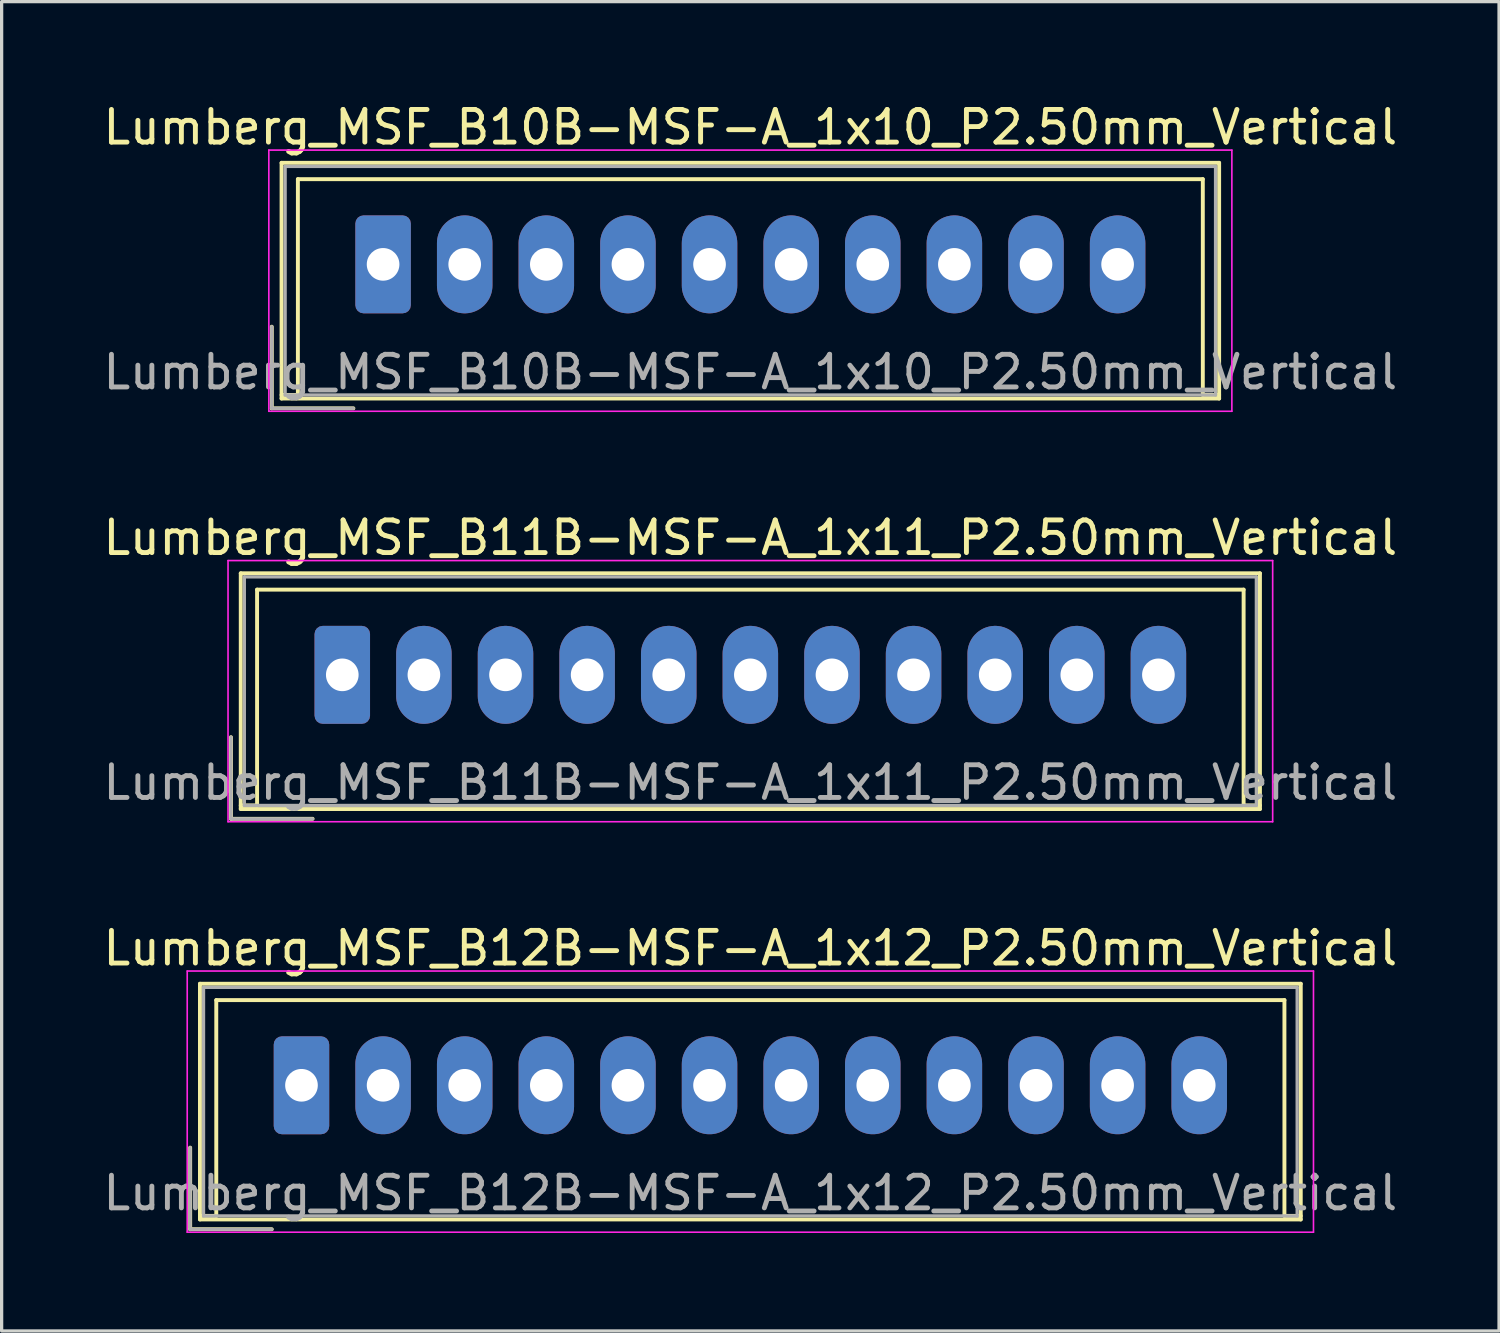
<source format=kicad_pcb>
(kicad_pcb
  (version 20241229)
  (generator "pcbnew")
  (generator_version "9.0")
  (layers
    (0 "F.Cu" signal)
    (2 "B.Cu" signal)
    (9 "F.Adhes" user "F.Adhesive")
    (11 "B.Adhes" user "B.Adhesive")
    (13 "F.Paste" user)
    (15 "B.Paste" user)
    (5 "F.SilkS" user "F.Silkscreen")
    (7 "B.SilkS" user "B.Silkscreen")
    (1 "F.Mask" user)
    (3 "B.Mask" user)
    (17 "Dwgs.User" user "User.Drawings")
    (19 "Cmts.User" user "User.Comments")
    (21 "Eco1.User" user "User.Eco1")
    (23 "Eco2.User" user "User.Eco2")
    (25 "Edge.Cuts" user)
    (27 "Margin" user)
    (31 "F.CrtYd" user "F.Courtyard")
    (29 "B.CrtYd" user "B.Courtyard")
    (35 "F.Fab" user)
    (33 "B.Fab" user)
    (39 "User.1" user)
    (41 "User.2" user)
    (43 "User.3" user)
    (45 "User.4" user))
  (footprint "Lumberg_MSF_B10B-MSF-A_1x10_P2.50mm_Vertical"
    (layer "F.Cu")
    (at 8.685 5.048)
    (property "Reference" "Lumberg_MSF_B10B-MSF-A_1x10_P2.50mm_Vertical" (at 11.25 -4.2 0) (layer "F.SilkS") (effects (font (size 1 1) (thickness 0.15))))
    (attr through_hole)
    (fp_line (start -3.41 1.91) (end -3.41 4.41) (stroke (width 0.12) (type solid)) (layer "F.SilkS"))
    (fp_line (start -3.41 4.41) (end -0.91 4.41) (stroke (width 0.12) (type solid)) (layer "F.SilkS"))
    (fp_line (start -3.11 -3.11) (end -3.11 4.11) (stroke (width 0.12) (type solid)) (layer "F.SilkS"))
    (fp_line (start -3.11 4) (end -2.61 4) (stroke (width 0.12) (type solid)) (layer "F.SilkS"))
    (fp_line (start -3.11 4.11) (end 25.61 4.11) (stroke (width 0.12) (type solid)) (layer "F.SilkS"))
    (fp_line (start -2.61 -2.61) (end 25.11 -2.61) (stroke (width 0.12) (type solid)) (layer "F.SilkS"))
    (fp_line (start -2.61 4) (end -2.61 -2.61) (stroke (width 0.12) (type solid)) (layer "F.SilkS"))
    (fp_line (start 25.11 -2.61) (end 25.11 4) (stroke (width 0.12) (type solid)) (layer "F.SilkS"))
    (fp_line (start 25.11 4) (end 25.61 4) (stroke (width 0.12) (type solid)) (layer "F.SilkS"))
    (fp_line (start 25.61 -3.11) (end -3.11 -3.11) (stroke (width 0.12) (type solid)) (layer "F.SilkS"))
    (fp_line (start 25.61 4.11) (end 25.61 -3.11) (stroke (width 0.12) (type solid)) (layer "F.SilkS"))
    (fp_line (start -3.5 -3.5) (end -3.5 4.5) (stroke (width 0.05) (type solid)) (layer "F.CrtYd"))
    (fp_line (start -3.5 4.5) (end 26 4.5) (stroke (width 0.05) (type solid)) (layer "F.CrtYd"))
    (fp_line (start 26 -3.5) (end -3.5 -3.5) (stroke (width 0.05) (type solid)) (layer "F.CrtYd"))
    (fp_line (start 26 4.5) (end 26 -3.5) (stroke (width 0.05) (type solid)) (layer "F.CrtYd"))
    (fp_line (start -3.41 1.91) (end -3.41 4.41) (stroke (width 0.1) (type solid)) (layer "F.Fab"))
    (fp_line (start -3.41 4.41) (end -0.91 4.41) (stroke (width 0.1) (type solid)) (layer "F.Fab"))
    (fp_line (start -3 -3) (end -3 4) (stroke (width 0.1) (type solid)) (layer "F.Fab"))
    (fp_line (start -3 4) (end 25.5 4) (stroke (width 0.1) (type solid)) (layer "F.Fab"))
    (fp_line (start 25.5 -3) (end -3 -3) (stroke (width 0.1) (type solid)) (layer "F.Fab"))
    (fp_line (start 25.5 4) (end 25.5 -3) (stroke (width 0.1) (type solid)) (layer "F.Fab"))
    (fp_text user "${REFERENCE}" (at 11.25 3.3 0) (layer "F.Fab") (effects (font (size 1 1) (thickness 0.15))))
    (pad "1" thru_hole roundrect (at 0 0) (size 1.7 3) (drill 1) (layers "*.Cu" "*.Mask") (roundrect_rratio 0.147))
    (pad "2" thru_hole oval (at 2.5 0) (size 1.7 3) (drill 1) (layers "*.Cu" "*.Mask"))
    (pad "3" thru_hole oval (at 5 0) (size 1.7 3) (drill 1) (layers "*.Cu" "*.Mask"))
    (pad "4" thru_hole oval (at 7.5 0) (size 1.7 3) (drill 1) (layers "*.Cu" "*.Mask"))
    (pad "5" thru_hole oval (at 10 0) (size 1.7 3) (drill 1) (layers "*.Cu" "*.Mask"))
    (pad "6" thru_hole oval (at 12.5 0) (size 1.7 3) (drill 1) (layers "*.Cu" "*.Mask"))
    (pad "7" thru_hole oval (at 15 0) (size 1.7 3) (drill 1) (layers "*.Cu" "*.Mask"))
    (pad "8" thru_hole oval (at 17.5 0) (size 1.7 3) (drill 1) (layers "*.Cu" "*.Mask"))
    (pad "9" thru_hole oval (at 20 0) (size 1.7 3) (drill 1) (layers "*.Cu" "*.Mask"))
    (pad "10" thru_hole oval (at 22.5 0) (size 1.7 3) (drill 1) (layers "*.Cu" "*.Mask")))
  (footprint "Lumberg_MSF_B11B-MSF-A_1x11_P2.50mm_Vertical"
    (layer "F.Cu")
    (at 7.435 17.622)
    (property "Reference" "Lumberg_MSF_B11B-MSF-A_1x11_P2.50mm_Vertical" (at 12.5 -4.2 0) (layer "F.SilkS") (effects (font (size 1 1) (thickness 0.15))))
    (attr through_hole)
    (fp_line (start -3.41 1.91) (end -3.41 4.41) (stroke (width 0.12) (type solid)) (layer "F.SilkS"))
    (fp_line (start -3.41 4.41) (end -0.91 4.41) (stroke (width 0.12) (type solid)) (layer "F.SilkS"))
    (fp_line (start -3.11 -3.11) (end -3.11 4.11) (stroke (width 0.12) (type solid)) (layer "F.SilkS"))
    (fp_line (start -3.11 4) (end -2.61 4) (stroke (width 0.12) (type solid)) (layer "F.SilkS"))
    (fp_line (start -3.11 4.11) (end 28.11 4.11) (stroke (width 0.12) (type solid)) (layer "F.SilkS"))
    (fp_line (start -2.61 -2.61) (end 27.61 -2.61) (stroke (width 0.12) (type solid)) (layer "F.SilkS"))
    (fp_line (start -2.61 4) (end -2.61 -2.61) (stroke (width 0.12) (type solid)) (layer "F.SilkS"))
    (fp_line (start 27.61 -2.61) (end 27.61 4) (stroke (width 0.12) (type solid)) (layer "F.SilkS"))
    (fp_line (start 27.61 4) (end 28.11 4) (stroke (width 0.12) (type solid)) (layer "F.SilkS"))
    (fp_line (start 28.11 -3.11) (end -3.11 -3.11) (stroke (width 0.12) (type solid)) (layer "F.SilkS"))
    (fp_line (start 28.11 4.11) (end 28.11 -3.11) (stroke (width 0.12) (type solid)) (layer "F.SilkS"))
    (fp_line (start -3.5 -3.5) (end -3.5 4.5) (stroke (width 0.05) (type solid)) (layer "F.CrtYd"))
    (fp_line (start -3.5 4.5) (end 28.5 4.5) (stroke (width 0.05) (type solid)) (layer "F.CrtYd"))
    (fp_line (start 28.5 -3.5) (end -3.5 -3.5) (stroke (width 0.05) (type solid)) (layer "F.CrtYd"))
    (fp_line (start 28.5 4.5) (end 28.5 -3.5) (stroke (width 0.05) (type solid)) (layer "F.CrtYd"))
    (fp_line (start -3.41 1.91) (end -3.41 4.41) (stroke (width 0.1) (type solid)) (layer "F.Fab"))
    (fp_line (start -3.41 4.41) (end -0.91 4.41) (stroke (width 0.1) (type solid)) (layer "F.Fab"))
    (fp_line (start -3 -3) (end -3 4) (stroke (width 0.1) (type solid)) (layer "F.Fab"))
    (fp_line (start -3 4) (end 28 4) (stroke (width 0.1) (type solid)) (layer "F.Fab"))
    (fp_line (start 28 -3) (end -3 -3) (stroke (width 0.1) (type solid)) (layer "F.Fab"))
    (fp_line (start 28 4) (end 28 -3) (stroke (width 0.1) (type solid)) (layer "F.Fab"))
    (fp_text user "${REFERENCE}" (at 12.5 3.3 0) (layer "F.Fab") (effects (font (size 1 1) (thickness 0.15))))
    (pad "1" thru_hole roundrect (at 0 0) (size 1.7 3) (drill 1) (layers "*.Cu" "*.Mask") (roundrect_rratio 0.147))
    (pad "2" thru_hole oval (at 2.5 0) (size 1.7 3) (drill 1) (layers "*.Cu" "*.Mask"))
    (pad "3" thru_hole oval (at 5 0) (size 1.7 3) (drill 1) (layers "*.Cu" "*.Mask"))
    (pad "4" thru_hole oval (at 7.5 0) (size 1.7 3) (drill 1) (layers "*.Cu" "*.Mask"))
    (pad "5" thru_hole oval (at 10 0) (size 1.7 3) (drill 1) (layers "*.Cu" "*.Mask"))
    (pad "6" thru_hole oval (at 12.5 0) (size 1.7 3) (drill 1) (layers "*.Cu" "*.Mask"))
    (pad "7" thru_hole oval (at 15 0) (size 1.7 3) (drill 1) (layers "*.Cu" "*.Mask"))
    (pad "8" thru_hole oval (at 17.5 0) (size 1.7 3) (drill 1) (layers "*.Cu" "*.Mask"))
    (pad "9" thru_hole oval (at 20 0) (size 1.7 3) (drill 1) (layers "*.Cu" "*.Mask"))
    (pad "10" thru_hole oval (at 22.5 0) (size 1.7 3) (drill 1) (layers "*.Cu" "*.Mask"))
    (pad "11" thru_hole oval (at 25 0) (size 1.7 3) (drill 1) (layers "*.Cu" "*.Mask")))
  (footprint "Lumberg_MSF_B12B-MSF-A_1x12_P2.50mm_Vertical"
    (layer "F.Cu")
    (at 6.185 30.195)
    (property "Reference" "Lumberg_MSF_B12B-MSF-A_1x12_P2.50mm_Vertical" (at 13.75 -4.2 0) (layer "F.SilkS") (effects (font (size 1 1) (thickness 0.15))))
    (attr through_hole)
    (fp_line (start -3.41 1.91) (end -3.41 4.41) (stroke (width 0.12) (type solid)) (layer "F.SilkS"))
    (fp_line (start -3.41 4.41) (end -0.91 4.41) (stroke (width 0.12) (type solid)) (layer "F.SilkS"))
    (fp_line (start -3.11 -3.11) (end -3.11 4.11) (stroke (width 0.12) (type solid)) (layer "F.SilkS"))
    (fp_line (start -3.11 4) (end -2.61 4) (stroke (width 0.12) (type solid)) (layer "F.SilkS"))
    (fp_line (start -3.11 4.11) (end 30.61 4.11) (stroke (width 0.12) (type solid)) (layer "F.SilkS"))
    (fp_line (start -2.61 -2.61) (end 30.11 -2.61) (stroke (width 0.12) (type solid)) (layer "F.SilkS"))
    (fp_line (start -2.61 4) (end -2.61 -2.61) (stroke (width 0.12) (type solid)) (layer "F.SilkS"))
    (fp_line (start 30.11 -2.61) (end 30.11 4) (stroke (width 0.12) (type solid)) (layer "F.SilkS"))
    (fp_line (start 30.11 4) (end 30.61 4) (stroke (width 0.12) (type solid)) (layer "F.SilkS"))
    (fp_line (start 30.61 -3.11) (end -3.11 -3.11) (stroke (width 0.12) (type solid)) (layer "F.SilkS"))
    (fp_line (start 30.61 4.11) (end 30.61 -3.11) (stroke (width 0.12) (type solid)) (layer "F.SilkS"))
    (fp_line (start -3.5 -3.5) (end -3.5 4.5) (stroke (width 0.05) (type solid)) (layer "F.CrtYd"))
    (fp_line (start -3.5 4.5) (end 31 4.5) (stroke (width 0.05) (type solid)) (layer "F.CrtYd"))
    (fp_line (start 31 -3.5) (end -3.5 -3.5) (stroke (width 0.05) (type solid)) (layer "F.CrtYd"))
    (fp_line (start 31 4.5) (end 31 -3.5) (stroke (width 0.05) (type solid)) (layer "F.CrtYd"))
    (fp_line (start -3.41 1.91) (end -3.41 4.41) (stroke (width 0.1) (type solid)) (layer "F.Fab"))
    (fp_line (start -3.41 4.41) (end -0.91 4.41) (stroke (width 0.1) (type solid)) (layer "F.Fab"))
    (fp_line (start -3 -3) (end -3 4) (stroke (width 0.1) (type solid)) (layer "F.Fab"))
    (fp_line (start -3 4) (end 30.5 4) (stroke (width 0.1) (type solid)) (layer "F.Fab"))
    (fp_line (start 30.5 -3) (end -3 -3) (stroke (width 0.1) (type solid)) (layer "F.Fab"))
    (fp_line (start 30.5 4) (end 30.5 -3) (stroke (width 0.1) (type solid)) (layer "F.Fab"))
    (fp_text user "${REFERENCE}" (at 13.75 3.3 0) (layer "F.Fab") (effects (font (size 1 1) (thickness 0.15))))
    (pad "1" thru_hole roundrect (at 0 0) (size 1.7 3) (drill 1) (layers "*.Cu" "*.Mask") (roundrect_rratio 0.147))
    (pad "2" thru_hole oval (at 2.5 0) (size 1.7 3) (drill 1) (layers "*.Cu" "*.Mask"))
    (pad "3" thru_hole oval (at 5 0) (size 1.7 3) (drill 1) (layers "*.Cu" "*.Mask"))
    (pad "4" thru_hole oval (at 7.5 0) (size 1.7 3) (drill 1) (layers "*.Cu" "*.Mask"))
    (pad "5" thru_hole oval (at 10 0) (size 1.7 3) (drill 1) (layers "*.Cu" "*.Mask"))
    (pad "6" thru_hole oval (at 12.5 0) (size 1.7 3) (drill 1) (layers "*.Cu" "*.Mask"))
    (pad "7" thru_hole oval (at 15 0) (size 1.7 3) (drill 1) (layers "*.Cu" "*.Mask"))
    (pad "8" thru_hole oval (at 17.5 0) (size 1.7 3) (drill 1) (layers "*.Cu" "*.Mask"))
    (pad "9" thru_hole oval (at 20 0) (size 1.7 3) (drill 1) (layers "*.Cu" "*.Mask"))
    (pad "10" thru_hole oval (at 22.5 0) (size 1.7 3) (drill 1) (layers "*.Cu" "*.Mask"))
    (pad "11" thru_hole oval (at 25 0) (size 1.7 3) (drill 1) (layers "*.Cu" "*.Mask"))
    (pad "12" thru_hole oval (at 27.5 0) (size 1.7 3) (drill 1) (layers "*.Cu" "*.Mask")))
  (gr_rect
    (start -3 -3)
    (end 42.869 37.72)
    (stroke (width 0.1) (type default))
    (fill no)
    (layer "Edge.Cuts")))
</source>
